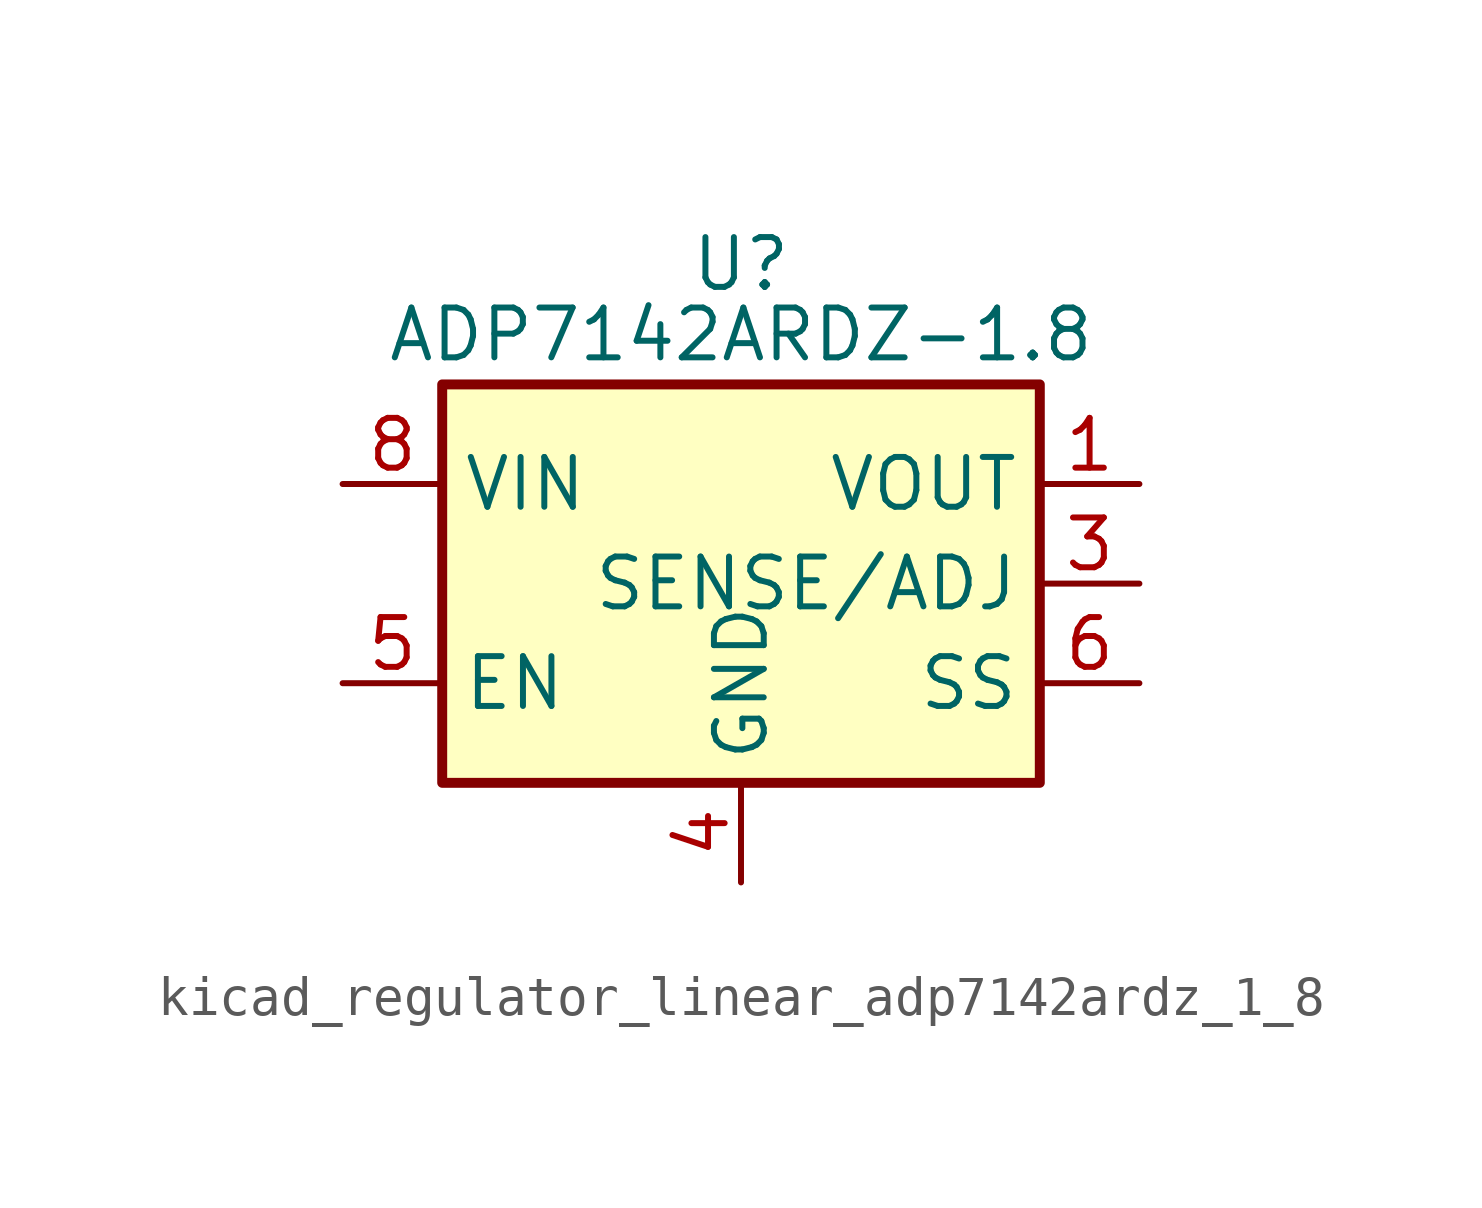
<source format=kicad_sym>
(kicad_symbol_lib
  (version 20220914)
  (generator kicad_symbol_editor)
  (symbol "kicad_regulator_linear_adp7142ardz_1_8"
    (property "Reference" "U"
      (at 0 8.89 0)
      (effects (font (size 1.27 1.27)) (justify top)))
    (property "Value" "ADP7142ARDZ-1.8"
      (at 0 6.35 0)
      (effects (font (size 1.27 1.27))))
    (symbol "kicad_regulator_linear_adp7142ardz_1_8_0_1"
      (rectangle (start -7.62 5.08) (end 7.62 -5.08) (stroke (width 0.254) (type default)) (fill (type background))))
    (symbol "kicad_regulator_linear_adp7142ardz_1_8_1_1"
      (pin power_out line (at 10.16 2.54 180) (length 2.54) (name "VOUT" (effects (font (size 1.27 1.27)))) (number "1" (effects (font (size 1.27 1.27)))))
      (pin passive line (at 10.16 2.54 180) (length 2.54) hide (name "VOUT" (effects (font (size 1.27 1.27)))) (number "2" (effects (font (size 1.27 1.27)))))
      (pin input line (at 10.16 0 180) (length 2.54) (name "SENSE/ADJ" (effects (font (size 1.27 1.27)))) (number "3" (effects (font (size 1.27 1.27)))))
      (pin power_in line (at 0 -7.62 90) (length 2.54) (name "GND" (effects (font (size 1.27 1.27)))) (number "4" (effects (font (size 1.27 1.27)))))
      (pin input line (at -10.16 -2.54 0) (length 2.54) (name "EN" (effects (font (size 1.27 1.27)))) (number "5" (effects (font (size 1.27 1.27)))))
      (pin passive line (at 10.16 -2.54 180) (length 2.54) (name "SS" (effects (font (size 1.27 1.27)))) (number "6" (effects (font (size 1.27 1.27)))))
      (pin passive line (at -10.16 2.54 0) (length 2.54) hide (name "VIN" (effects (font (size 1.27 1.27)))) (number "7" (effects (font (size 1.27 1.27)))))
      (pin power_in line (at -10.16 2.54 0) (length 2.54) (name "VIN" (effects (font (size 1.27 1.27)))) (number "8" (effects (font (size 1.27 1.27)))))
      (pin passive line (at 0 -7.62 90) (length 2.54) hide (name "GND" (effects (font (size 1.27 1.27)))) (number "9" (effects (font (size 1.27 1.27))))))))
</source>
